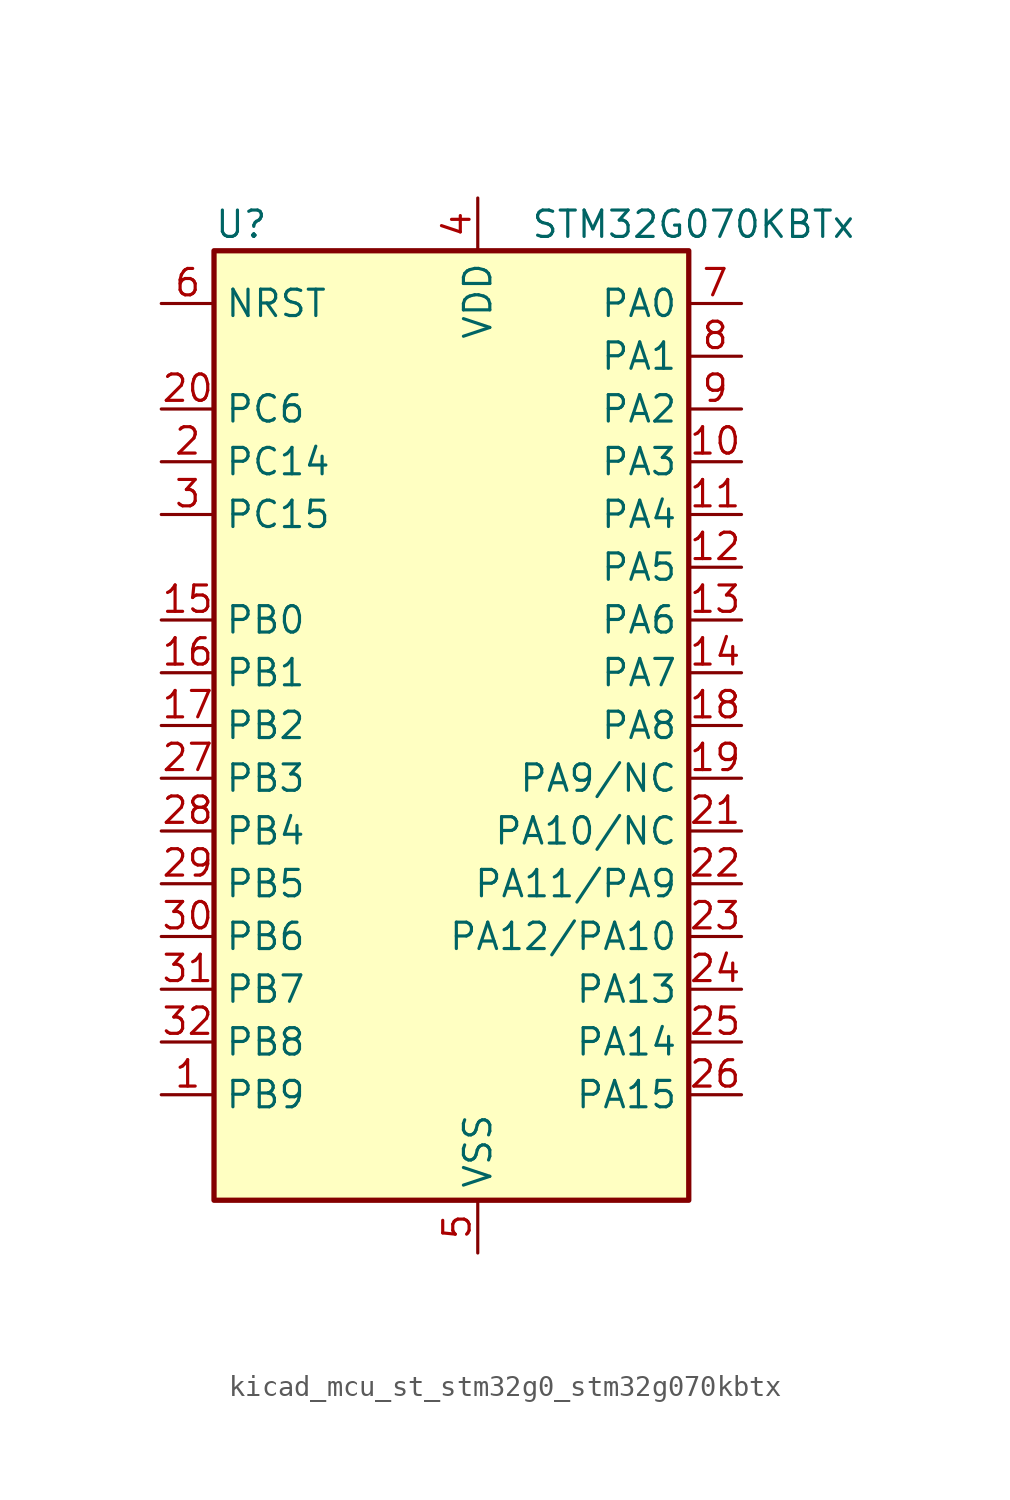
<source format=kicad_sym>
(kicad_symbol_lib
  (version 20220914)
  (generator kicad_symbol_editor)
  (symbol "kicad_mcu_st_stm32g0_stm32g070kbtx"
    (property "Reference" "U"
      (at -10.16 24.13 0)
      (effects (font (size 1.27 1.27)) (justify left)))
    (property "Value" "STM32G070KBTx"
      (at 5.08 24.13 0)
      (effects (font (size 1.27 1.27)) (justify left)))
    (property "ki_locked" ""
      (at 0 0 0)
      (effects (font (size 1.27 1.27))))
    (symbol "kicad_mcu_st_stm32g0_stm32g070kbtx_0_1"
      (rectangle (start -10.16 -22.86) (end 12.7 22.86) (stroke (width 0.254) (type default)) (fill (type background))))
    (symbol "kicad_mcu_st_stm32g0_stm32g070kbtx_1_1"
      (pin bidirectional line (at -12.7 -17.78 0) (length 2.54) (name "PB9" (effects (font (size 1.27 1.27)))) (number "1" (effects (font (size 1.27 1.27)))) (alternate "I2C1_SDA" bidirectional line) (alternate "IR_OUT" bidirectional line) (alternate "SPI2_NSS" bidirectional line) (alternate "TIM17_CH1" bidirectional line) (alternate "USART3_RX" bidirectional line))
      (pin bidirectional line (at 15.24 12.7 180) (length 2.54) (name "PA3" (effects (font (size 1.27 1.27)))) (number "10" (effects (font (size 1.27 1.27)))) (alternate "ADC1_IN3" bidirectional line) (alternate "SPI2_MISO" bidirectional line) (alternate "TIM15_CH2" bidirectional line) (alternate "USART2_RX" bidirectional line))
      (pin bidirectional line (at 15.24 10.16 180) (length 2.54) (name "PA4" (effects (font (size 1.27 1.27)))) (number "11" (effects (font (size 1.27 1.27)))) (alternate "ADC1_IN4" bidirectional line) (alternate "I2S1_WS" bidirectional line) (alternate "RTC_OUT_ALARM" bidirectional line) (alternate "RTC_OUT_CALIB" bidirectional line) (alternate "RTC_TAMP_IN1" bidirectional line) (alternate "RTC_TS" bidirectional line) (alternate "SPI1_NSS" bidirectional line) (alternate "SPI2_MOSI" bidirectional line) (alternate "SYS_WKUP2" bidirectional line) (alternate "TIM14_CH1" bidirectional line))
      (pin bidirectional line (at 15.24 7.62 180) (length 2.54) (name "PA5" (effects (font (size 1.27 1.27)))) (number "12" (effects (font (size 1.27 1.27)))) (alternate "ADC1_IN5" bidirectional line) (alternate "I2S1_CK" bidirectional line) (alternate "SPI1_SCK" bidirectional line) (alternate "USART3_TX" bidirectional line))
      (pin bidirectional line (at 15.24 5.08 180) (length 2.54) (name "PA6" (effects (font (size 1.27 1.27)))) (number "13" (effects (font (size 1.27 1.27)))) (alternate "ADC1_IN6" bidirectional line) (alternate "I2S1_MCK" bidirectional line) (alternate "SPI1_MISO" bidirectional line) (alternate "TIM16_CH1" bidirectional line) (alternate "TIM1_BK" bidirectional line) (alternate "TIM3_CH1" bidirectional line) (alternate "USART3_CTS" bidirectional line) (alternate "USART3_NSS" bidirectional line))
      (pin bidirectional line (at 15.24 2.54 180) (length 2.54) (name "PA7" (effects (font (size 1.27 1.27)))) (number "14" (effects (font (size 1.27 1.27)))) (alternate "ADC1_IN7" bidirectional line) (alternate "I2S1_SD" bidirectional line) (alternate "SPI1_MOSI" bidirectional line) (alternate "TIM14_CH1" bidirectional line) (alternate "TIM17_CH1" bidirectional line) (alternate "TIM1_CH1N" bidirectional line) (alternate "TIM3_CH2" bidirectional line))
      (pin bidirectional line (at -12.7 5.08 0) (length 2.54) (name "PB0" (effects (font (size 1.27 1.27)))) (number "15" (effects (font (size 1.27 1.27)))) (alternate "ADC1_IN8" bidirectional line) (alternate "I2S1_WS" bidirectional line) (alternate "SPI1_NSS" bidirectional line) (alternate "TIM1_CH2N" bidirectional line) (alternate "TIM3_CH3" bidirectional line) (alternate "USART3_RX" bidirectional line))
      (pin bidirectional line (at -12.7 2.54 0) (length 2.54) (name "PB1" (effects (font (size 1.27 1.27)))) (number "16" (effects (font (size 1.27 1.27)))) (alternate "ADC1_IN9" bidirectional line) (alternate "TIM14_CH1" bidirectional line) (alternate "TIM1_CH3N" bidirectional line) (alternate "TIM3_CH4" bidirectional line) (alternate "USART3_CK" bidirectional line) (alternate "USART3_DE" bidirectional line) (alternate "USART3_RTS" bidirectional line))
      (pin bidirectional line (at -12.7 0 0) (length 2.54) (name "PB2" (effects (font (size 1.27 1.27)))) (number "17" (effects (font (size 1.27 1.27)))) (alternate "ADC1_IN10" bidirectional line) (alternate "SPI2_MISO" bidirectional line) (alternate "USART3_TX" bidirectional line))
      (pin bidirectional line (at 15.24 0 180) (length 2.54) (name "PA8" (effects (font (size 1.27 1.27)))) (number "18" (effects (font (size 1.27 1.27)))) (alternate "RCC_MCO" bidirectional line) (alternate "SPI2_NSS" bidirectional line) (alternate "TIM1_CH1" bidirectional line))
      (pin bidirectional line (at 15.24 -2.54 180) (length 2.54) (name "PA9/NC" (effects (font (size 1.27 1.27)))) (number "19" (effects (font (size 1.27 1.27)))) (alternate "I2C1_SCL" bidirectional line) (alternate "RCC_MCO" bidirectional line) (alternate "SPI2_MISO" bidirectional line) (alternate "TIM15_BK" bidirectional line) (alternate "TIM1_CH2" bidirectional line) (alternate "USART1_TX" bidirectional line))
      (pin bidirectional line (at -12.7 12.7 0) (length 2.54) (name "PC14" (effects (font (size 1.27 1.27)))) (number "2" (effects (font (size 1.27 1.27)))) (alternate "RCC_OSC32_IN" bidirectional line) (alternate "RCC_OSC_IN" bidirectional line) (alternate "TIM1_BK2" bidirectional line))
      (pin bidirectional line (at -12.7 15.24 0) (length 2.54) (name "PC6" (effects (font (size 1.27 1.27)))) (number "20" (effects (font (size 1.27 1.27)))) (alternate "TIM3_CH1" bidirectional line))
      (pin bidirectional line (at 15.24 -5.08 180) (length 2.54) (name "PA10/NC" (effects (font (size 1.27 1.27)))) (number "21" (effects (font (size 1.27 1.27)))) (alternate "I2C1_SDA" bidirectional line) (alternate "SPI2_MOSI" bidirectional line) (alternate "TIM17_BK" bidirectional line) (alternate "TIM1_CH3" bidirectional line) (alternate "USART1_RX" bidirectional line))
      (pin bidirectional line (at 15.24 -7.62 180) (length 2.54) (name "PA11/PA9" (effects (font (size 1.27 1.27)))) (number "22" (effects (font (size 1.27 1.27)))) (alternate "ADC1_EXTI11" bidirectional line) (alternate "I2C2_SCL" bidirectional line) (alternate "I2S1_MCK" bidirectional line) (alternate "SPI1_MISO" bidirectional line) (alternate "TIM1_BK2" bidirectional line) (alternate "TIM1_CH4" bidirectional line) (alternate "USART1_CTS" bidirectional line) (alternate "USART1_NSS" bidirectional line))
      (pin bidirectional line (at 15.24 -10.16 180) (length 2.54) (name "PA12/PA10" (effects (font (size 1.27 1.27)))) (number "23" (effects (font (size 1.27 1.27)))) (alternate "I2C2_SDA" bidirectional line) (alternate "I2S1_SD" bidirectional line) (alternate "I2S_CKIN" bidirectional line) (alternate "SPI1_MOSI" bidirectional line) (alternate "TIM1_ETR" bidirectional line) (alternate "USART1_CK" bidirectional line) (alternate "USART1_DE" bidirectional line) (alternate "USART1_RTS" bidirectional line))
      (pin bidirectional line (at 15.24 -12.7 180) (length 2.54) (name "PA13" (effects (font (size 1.27 1.27)))) (number "24" (effects (font (size 1.27 1.27)))) (alternate "IR_OUT" bidirectional line) (alternate "SYS_SWDIO" bidirectional line))
      (pin bidirectional line (at 15.24 -15.24 180) (length 2.54) (name "PA14" (effects (font (size 1.27 1.27)))) (number "25" (effects (font (size 1.27 1.27)))) (alternate "SYS_SWCLK" bidirectional line) (alternate "USART2_TX" bidirectional line))
      (pin bidirectional line (at 15.24 -17.78 180) (length 2.54) (name "PA15" (effects (font (size 1.27 1.27)))) (number "26" (effects (font (size 1.27 1.27)))) (alternate "I2S1_WS" bidirectional line) (alternate "SPI1_NSS" bidirectional line) (alternate "USART2_RX" bidirectional line) (alternate "USART3_CK" bidirectional line) (alternate "USART3_DE" bidirectional line) (alternate "USART3_RTS" bidirectional line) (alternate "USART4_CK" bidirectional line) (alternate "USART4_DE" bidirectional line) (alternate "USART4_RTS" bidirectional line))
      (pin bidirectional line (at -12.7 -2.54 0) (length 2.54) (name "PB3" (effects (font (size 1.27 1.27)))) (number "27" (effects (font (size 1.27 1.27)))) (alternate "I2S1_CK" bidirectional line) (alternate "SPI1_SCK" bidirectional line) (alternate "TIM1_CH2" bidirectional line) (alternate "USART1_CK" bidirectional line) (alternate "USART1_DE" bidirectional line) (alternate "USART1_RTS" bidirectional line))
      (pin bidirectional line (at -12.7 -5.08 0) (length 2.54) (name "PB4" (effects (font (size 1.27 1.27)))) (number "28" (effects (font (size 1.27 1.27)))) (alternate "I2S1_MCK" bidirectional line) (alternate "SPI1_MISO" bidirectional line) (alternate "TIM17_BK" bidirectional line) (alternate "TIM3_CH1" bidirectional line) (alternate "USART1_CTS" bidirectional line) (alternate "USART1_NSS" bidirectional line))
      (pin bidirectional line (at -12.7 -7.62 0) (length 2.54) (name "PB5" (effects (font (size 1.27 1.27)))) (number "29" (effects (font (size 1.27 1.27)))) (alternate "I2C1_SMBA" bidirectional line) (alternate "I2S1_SD" bidirectional line) (alternate "SPI1_MOSI" bidirectional line) (alternate "SYS_WKUP6" bidirectional line) (alternate "TIM16_BK" bidirectional line) (alternate "TIM3_CH2" bidirectional line))
      (pin bidirectional line (at -12.7 10.16 0) (length 2.54) (name "PC15" (effects (font (size 1.27 1.27)))) (number "3" (effects (font (size 1.27 1.27)))) (alternate "RCC_OSC32_EN" bidirectional line) (alternate "RCC_OSC32_OUT" bidirectional line) (alternate "RCC_OSC_EN" bidirectional line) (alternate "TIM15_BK" bidirectional line))
      (pin bidirectional line (at -12.7 -10.16 0) (length 2.54) (name "PB6" (effects (font (size 1.27 1.27)))) (number "30" (effects (font (size 1.27 1.27)))) (alternate "I2C1_SCL" bidirectional line) (alternate "SPI2_MISO" bidirectional line) (alternate "TIM16_CH1N" bidirectional line) (alternate "TIM1_CH3" bidirectional line) (alternate "USART1_TX" bidirectional line))
      (pin bidirectional line (at -12.7 -12.7 0) (length 2.54) (name "PB7" (effects (font (size 1.27 1.27)))) (number "31" (effects (font (size 1.27 1.27)))) (alternate "I2C1_SDA" bidirectional line) (alternate "SPI2_MOSI" bidirectional line) (alternate "TIM17_CH1N" bidirectional line) (alternate "USART1_RX" bidirectional line) (alternate "USART4_CTS" bidirectional line) (alternate "USART4_NSS" bidirectional line))
      (pin bidirectional line (at -12.7 -15.24 0) (length 2.54) (name "PB8" (effects (font (size 1.27 1.27)))) (number "32" (effects (font (size 1.27 1.27)))) (alternate "I2C1_SCL" bidirectional line) (alternate "SPI2_SCK" bidirectional line) (alternate "TIM15_BK" bidirectional line) (alternate "TIM16_CH1" bidirectional line) (alternate "USART3_TX" bidirectional line))
      (pin power_in line (at 2.54 25.4 270) (length 2.54) (name "VDD" (effects (font (size 1.27 1.27)))) (number "4" (effects (font (size 1.27 1.27)))))
      (pin power_in line (at 2.54 -25.4 90) (length 2.54) (name "VSS" (effects (font (size 1.27 1.27)))) (number "5" (effects (font (size 1.27 1.27)))))
      (pin input line (at -12.7 20.32 0) (length 2.54) (name "NRST" (effects (font (size 1.27 1.27)))) (number "6" (effects (font (size 1.27 1.27)))))
      (pin bidirectional line (at 15.24 20.32 180) (length 2.54) (name "PA0" (effects (font (size 1.27 1.27)))) (number "7" (effects (font (size 1.27 1.27)))) (alternate "ADC1_IN0" bidirectional line) (alternate "RTC_TAMP_IN2" bidirectional line) (alternate "SPI2_SCK" bidirectional line) (alternate "SYS_WKUP1" bidirectional line) (alternate "USART2_CTS" bidirectional line) (alternate "USART2_NSS" bidirectional line) (alternate "USART4_TX" bidirectional line))
      (pin bidirectional line (at 15.24 17.78 180) (length 2.54) (name "PA1" (effects (font (size 1.27 1.27)))) (number "8" (effects (font (size 1.27 1.27)))) (alternate "ADC1_IN1" bidirectional line) (alternate "I2C1_SMBA" bidirectional line) (alternate "I2S1_CK" bidirectional line) (alternate "SPI1_SCK" bidirectional line) (alternate "TIM15_CH1N" bidirectional line) (alternate "USART2_CK" bidirectional line) (alternate "USART2_DE" bidirectional line) (alternate "USART2_RTS" bidirectional line) (alternate "USART4_RX" bidirectional line))
      (pin bidirectional line (at 15.24 15.24 180) (length 2.54) (name "PA2" (effects (font (size 1.27 1.27)))) (number "9" (effects (font (size 1.27 1.27)))) (alternate "ADC1_IN2" bidirectional line) (alternate "I2S1_SD" bidirectional line) (alternate "RCC_LSCO" bidirectional line) (alternate "SPI1_MOSI" bidirectional line) (alternate "SYS_WKUP4" bidirectional line) (alternate "TIM15_CH1" bidirectional line) (alternate "USART2_TX" bidirectional line)))))
</source>
